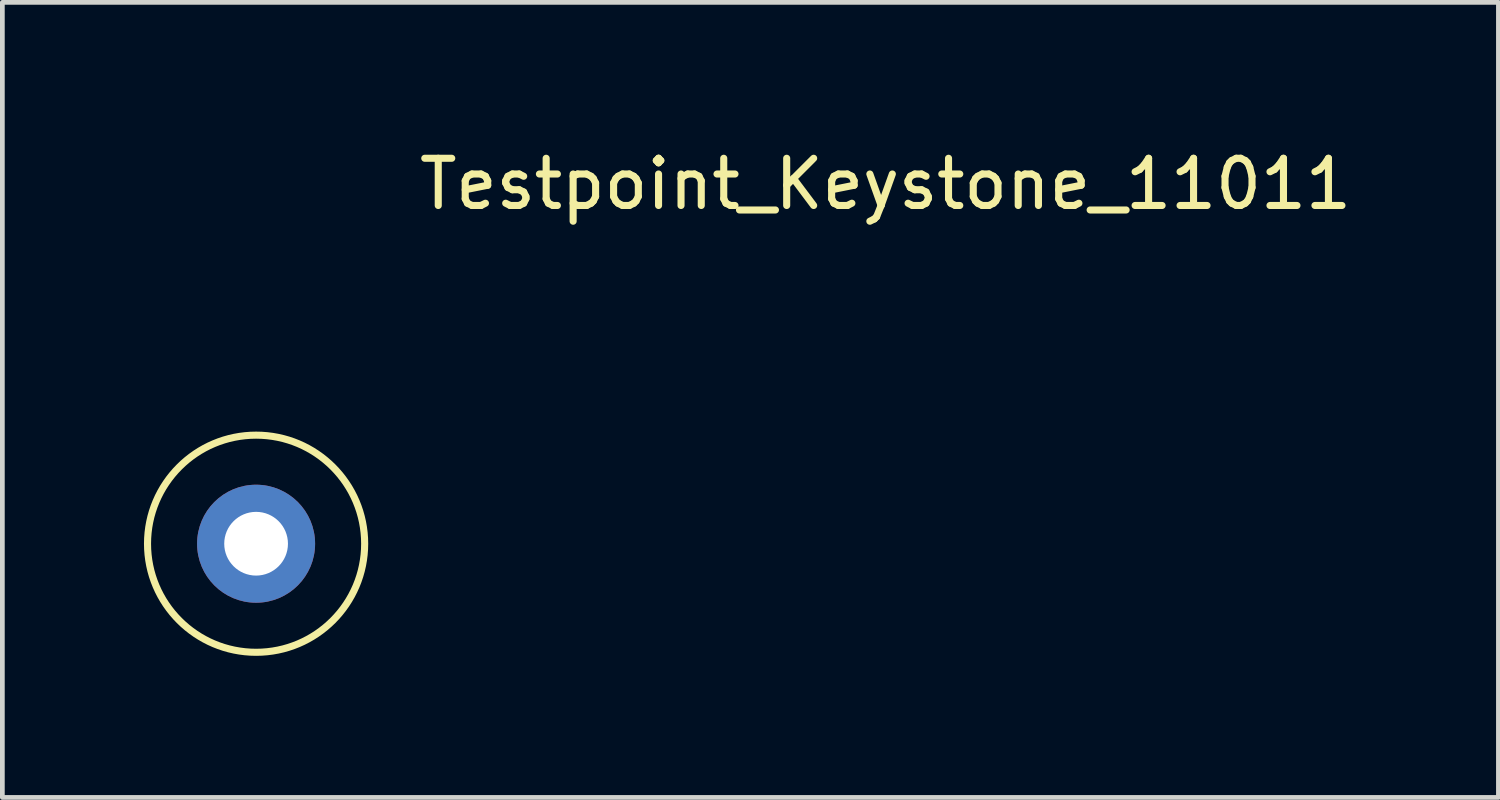
<source format=kicad_pcb>
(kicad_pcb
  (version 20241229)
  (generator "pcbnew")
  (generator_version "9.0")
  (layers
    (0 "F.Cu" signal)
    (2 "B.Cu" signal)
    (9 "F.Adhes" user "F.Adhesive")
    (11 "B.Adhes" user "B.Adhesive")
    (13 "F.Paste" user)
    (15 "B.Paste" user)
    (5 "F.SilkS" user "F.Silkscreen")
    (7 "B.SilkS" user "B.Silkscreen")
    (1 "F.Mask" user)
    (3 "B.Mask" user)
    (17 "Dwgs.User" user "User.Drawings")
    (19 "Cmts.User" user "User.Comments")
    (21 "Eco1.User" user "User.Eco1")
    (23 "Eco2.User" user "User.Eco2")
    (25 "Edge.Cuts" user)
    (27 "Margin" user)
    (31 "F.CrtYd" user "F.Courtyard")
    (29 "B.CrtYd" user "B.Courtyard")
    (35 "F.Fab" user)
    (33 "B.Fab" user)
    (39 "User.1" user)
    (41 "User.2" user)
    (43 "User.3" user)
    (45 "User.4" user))
  (footprint "Testpoint_Keystone_11011"
    (layer "F.Cu")
    (at 2.375 8.468)
    (property "Reference" "Testpoint_Keystone_11011" (at 13.335 -7.62 0) (layer "F.SilkS") (effects (font (size 1 1) (thickness 0.15))))
    (attr through_hole)
    (fp_circle (center 0 0) (end 2.3 0) (stroke (width 0.15) (type solid)) (fill no) (layer "F.SilkS"))
    (pad "1" thru_hole circle (at 0 0) (size 2.5 2.5) (drill 1.35) (layers "*.Cu" "*.Mask")))
  (gr_rect
    (start -3 -3)
    (end 28.692 13.843)
    (stroke (width 0.1) (type default))
    (fill no)
    (layer "Edge.Cuts")))
</source>
